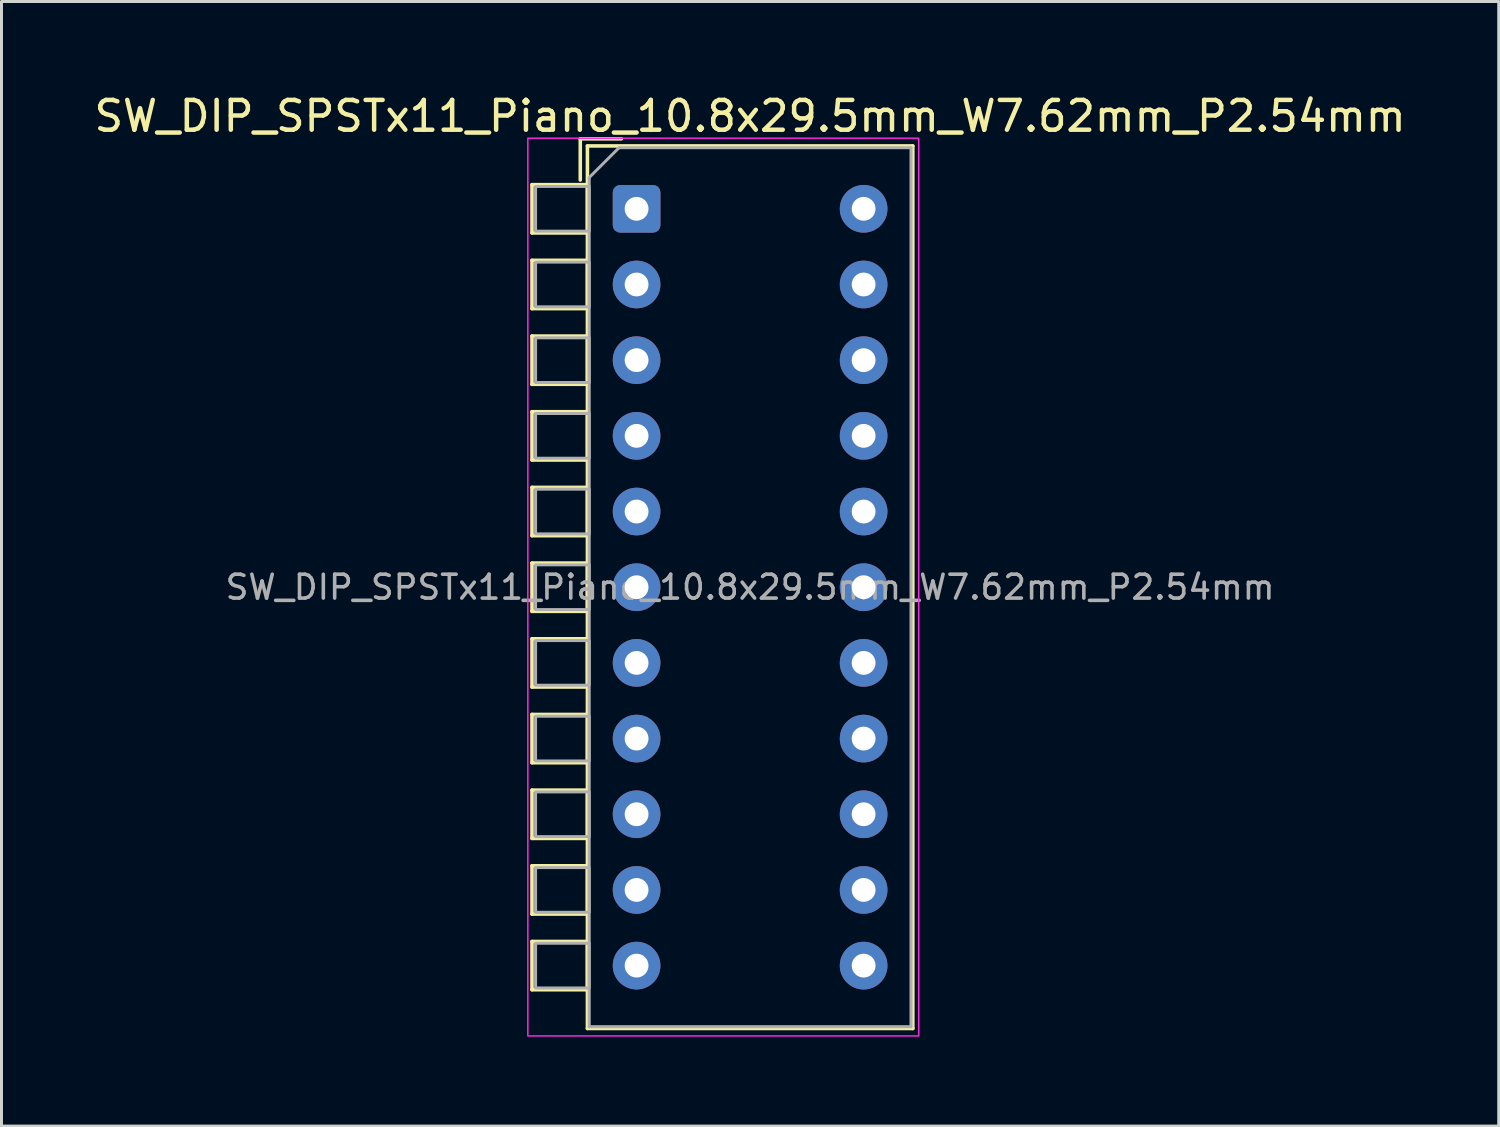
<source format=kicad_pcb>
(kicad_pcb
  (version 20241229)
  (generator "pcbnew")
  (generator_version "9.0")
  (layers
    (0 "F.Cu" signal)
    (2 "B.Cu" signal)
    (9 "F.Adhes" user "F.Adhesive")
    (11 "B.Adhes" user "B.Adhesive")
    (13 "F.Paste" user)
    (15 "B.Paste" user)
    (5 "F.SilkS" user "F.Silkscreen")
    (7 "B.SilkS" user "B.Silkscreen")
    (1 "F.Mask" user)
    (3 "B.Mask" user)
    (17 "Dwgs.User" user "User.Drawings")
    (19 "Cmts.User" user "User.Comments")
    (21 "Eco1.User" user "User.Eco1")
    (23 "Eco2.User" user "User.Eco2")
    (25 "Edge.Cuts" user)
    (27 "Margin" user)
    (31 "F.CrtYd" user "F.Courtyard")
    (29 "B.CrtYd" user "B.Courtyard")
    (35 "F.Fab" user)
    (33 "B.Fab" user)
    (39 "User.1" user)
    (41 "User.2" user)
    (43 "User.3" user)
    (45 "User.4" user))
  (footprint "SW_DIP_SPSTx11_Piano_10.8x29.5mm_W7.62mm_P2.54mm"
    (layer "F.Cu")
    (at 18.315 3.958)
    (property "Reference" "SW_DIP_SPSTx11_Piano_10.8x29.5mm_W7.62mm_P2.54mm" (at 3.81 -3.11 0) (layer "F.SilkS") (effects (font (size 1 1) (thickness 0.15))))
    (attr through_hole)
    (fp_line (start -3.51 -0.81) (end -3.51 0.81) (stroke (width 0.12) (type solid)) (layer "F.SilkS"))
    (fp_line (start -3.51 -0.81) (end -1.65 -0.81) (stroke (width 0.12) (type solid)) (layer "F.SilkS"))
    (fp_line (start -3.51 0.81) (end -1.65 0.81) (stroke (width 0.12) (type solid)) (layer "F.SilkS"))
    (fp_line (start -3.51 1.73) (end -3.51 3.35) (stroke (width 0.12) (type solid)) (layer "F.SilkS"))
    (fp_line (start -3.51 1.73) (end -1.65 1.73) (stroke (width 0.12) (type solid)) (layer "F.SilkS"))
    (fp_line (start -3.51 3.35) (end -1.65 3.35) (stroke (width 0.12) (type solid)) (layer "F.SilkS"))
    (fp_line (start -3.51 4.27) (end -3.51 5.89) (stroke (width 0.12) (type solid)) (layer "F.SilkS"))
    (fp_line (start -3.51 4.27) (end -1.65 4.27) (stroke (width 0.12) (type solid)) (layer "F.SilkS"))
    (fp_line (start -3.51 5.89) (end -1.65 5.89) (stroke (width 0.12) (type solid)) (layer "F.SilkS"))
    (fp_line (start -3.51 6.81) (end -3.51 8.43) (stroke (width 0.12) (type solid)) (layer "F.SilkS"))
    (fp_line (start -3.51 6.81) (end -1.65 6.81) (stroke (width 0.12) (type solid)) (layer "F.SilkS"))
    (fp_line (start -3.51 8.43) (end -1.65 8.43) (stroke (width 0.12) (type solid)) (layer "F.SilkS"))
    (fp_line (start -3.51 9.35) (end -3.51 10.97) (stroke (width 0.12) (type solid)) (layer "F.SilkS"))
    (fp_line (start -3.51 9.35) (end -1.65 9.35) (stroke (width 0.12) (type solid)) (layer "F.SilkS"))
    (fp_line (start -3.51 10.97) (end -1.65 10.97) (stroke (width 0.12) (type solid)) (layer "F.SilkS"))
    (fp_line (start -3.51 11.89) (end -3.51 13.51) (stroke (width 0.12) (type solid)) (layer "F.SilkS"))
    (fp_line (start -3.51 11.89) (end -1.65 11.89) (stroke (width 0.12) (type solid)) (layer "F.SilkS"))
    (fp_line (start -3.51 13.51) (end -1.65 13.51) (stroke (width 0.12) (type solid)) (layer "F.SilkS"))
    (fp_line (start -3.51 14.43) (end -3.51 16.05) (stroke (width 0.12) (type solid)) (layer "F.SilkS"))
    (fp_line (start -3.51 14.43) (end -1.65 14.43) (stroke (width 0.12) (type solid)) (layer "F.SilkS"))
    (fp_line (start -3.51 16.05) (end -1.65 16.05) (stroke (width 0.12) (type solid)) (layer "F.SilkS"))
    (fp_line (start -3.51 16.97) (end -3.51 18.59) (stroke (width 0.12) (type solid)) (layer "F.SilkS"))
    (fp_line (start -3.51 16.97) (end -1.65 16.97) (stroke (width 0.12) (type solid)) (layer "F.SilkS"))
    (fp_line (start -3.51 18.59) (end -1.65 18.59) (stroke (width 0.12) (type solid)) (layer "F.SilkS"))
    (fp_line (start -3.51 19.51) (end -3.51 21.13) (stroke (width 0.12) (type solid)) (layer "F.SilkS"))
    (fp_line (start -3.51 19.51) (end -1.65 19.51) (stroke (width 0.12) (type solid)) (layer "F.SilkS"))
    (fp_line (start -3.51 21.13) (end -1.65 21.13) (stroke (width 0.12) (type solid)) (layer "F.SilkS"))
    (fp_line (start -3.51 22.05) (end -3.51 23.67) (stroke (width 0.12) (type solid)) (layer "F.SilkS"))
    (fp_line (start -3.51 22.05) (end -1.65 22.05) (stroke (width 0.12) (type solid)) (layer "F.SilkS"))
    (fp_line (start -3.51 23.67) (end -1.65 23.67) (stroke (width 0.12) (type solid)) (layer "F.SilkS"))
    (fp_line (start -3.51 24.59) (end -3.51 26.21) (stroke (width 0.12) (type solid)) (layer "F.SilkS"))
    (fp_line (start -3.51 24.59) (end -1.65 24.59) (stroke (width 0.12) (type solid)) (layer "F.SilkS"))
    (fp_line (start -3.51 26.21) (end -1.65 26.21) (stroke (width 0.12) (type solid)) (layer "F.SilkS"))
    (fp_line (start -1.89 -2.35) (end -1.89 -0.967) (stroke (width 0.12) (type solid)) (layer "F.SilkS"))
    (fp_line (start -1.89 -2.35) (end -0.507 -2.35) (stroke (width 0.12) (type solid)) (layer "F.SilkS"))
    (fp_line (start -1.65 -2.11) (end -1.65 27.51) (stroke (width 0.12) (type solid)) (layer "F.SilkS"))
    (fp_line (start -1.65 -2.11) (end 9.27 -2.11) (stroke (width 0.12) (type solid)) (layer "F.SilkS"))
    (fp_line (start -1.65 -0.81) (end -1.65 0.81) (stroke (width 0.12) (type solid)) (layer "F.SilkS"))
    (fp_line (start -1.65 1.73) (end -1.65 3.35) (stroke (width 0.12) (type solid)) (layer "F.SilkS"))
    (fp_line (start -1.65 4.27) (end -1.65 5.89) (stroke (width 0.12) (type solid)) (layer "F.SilkS"))
    (fp_line (start -1.65 6.81) (end -1.65 8.43) (stroke (width 0.12) (type solid)) (layer "F.SilkS"))
    (fp_line (start -1.65 9.35) (end -1.65 10.97) (stroke (width 0.12) (type solid)) (layer "F.SilkS"))
    (fp_line (start -1.65 11.89) (end -1.65 13.51) (stroke (width 0.12) (type solid)) (layer "F.SilkS"))
    (fp_line (start -1.65 14.43) (end -1.65 16.05) (stroke (width 0.12) (type solid)) (layer "F.SilkS"))
    (fp_line (start -1.65 16.97) (end -1.65 18.59) (stroke (width 0.12) (type solid)) (layer "F.SilkS"))
    (fp_line (start -1.65 19.51) (end -1.65 21.13) (stroke (width 0.12) (type solid)) (layer "F.SilkS"))
    (fp_line (start -1.65 22.05) (end -1.65 23.67) (stroke (width 0.12) (type solid)) (layer "F.SilkS"))
    (fp_line (start -1.65 24.59) (end -1.65 26.21) (stroke (width 0.12) (type solid)) (layer "F.SilkS"))
    (fp_line (start -1.65 27.51) (end 9.27 27.51) (stroke (width 0.12) (type solid)) (layer "F.SilkS"))
    (fp_line (start 9.27 -2.11) (end 9.27 27.51) (stroke (width 0.12) (type solid)) (layer "F.SilkS"))
    (fp_rect (start -3.65 -2.37) (end 9.47 27.76) (stroke (width 0.05) (type solid)) (fill no) (layer "F.CrtYd"))
    (fp_line (start -1.59 -1.05) (end -0.59 -2.05) (stroke (width 0.1) (type solid)) (layer "F.Fab"))
    (fp_line (start -1.59 27.45) (end -1.59 -1.05) (stroke (width 0.1) (type solid)) (layer "F.Fab"))
    (fp_line (start -0.59 -2.05) (end 9.21 -2.05) (stroke (width 0.1) (type solid)) (layer "F.Fab"))
    (fp_line (start 9.21 -2.05) (end 9.21 27.45) (stroke (width 0.1) (type solid)) (layer "F.Fab"))
    (fp_line (start 9.21 27.45) (end -1.59 27.45) (stroke (width 0.1) (type solid)) (layer "F.Fab"))
    (fp_rect (start -1.59 -0.75) (end -3.39 0.75) (stroke (width 0.1) (type solid)) (fill no) (layer "F.Fab"))
    (fp_rect (start -1.59 1.79) (end -3.39 3.29) (stroke (width 0.1) (type solid)) (fill no) (layer "F.Fab"))
    (fp_rect (start -1.59 4.33) (end -3.39 5.83) (stroke (width 0.1) (type solid)) (fill no) (layer "F.Fab"))
    (fp_rect (start -1.59 6.87) (end -3.39 8.37) (stroke (width 0.1) (type solid)) (fill no) (layer "F.Fab"))
    (fp_rect (start -1.59 9.41) (end -3.39 10.91) (stroke (width 0.1) (type solid)) (fill no) (layer "F.Fab"))
    (fp_rect (start -1.59 11.95) (end -3.39 13.45) (stroke (width 0.1) (type solid)) (fill no) (layer "F.Fab"))
    (fp_rect (start -1.59 14.49) (end -3.39 15.99) (stroke (width 0.1) (type solid)) (fill no) (layer "F.Fab"))
    (fp_rect (start -1.59 17.03) (end -3.39 18.53) (stroke (width 0.1) (type solid)) (fill no) (layer "F.Fab"))
    (fp_rect (start -1.59 19.57) (end -3.39 21.07) (stroke (width 0.1) (type solid)) (fill no) (layer "F.Fab"))
    (fp_rect (start -1.59 22.11) (end -3.39 23.61) (stroke (width 0.1) (type solid)) (fill no) (layer "F.Fab"))
    (fp_rect (start -1.59 24.65) (end -3.39 26.15) (stroke (width 0.1) (type solid)) (fill no) (layer "F.Fab"))
    (fp_text user "${REFERENCE}" (at 3.81 12.7 0) (layer "F.Fab") (effects (font (size 0.8 0.8) (thickness 0.12))))
    (pad "1" thru_hole roundrect (at 0 0) (size 1.6 1.6) (drill 0.8) (layers "*.Cu" "*.Mask") (roundrect_rratio 0.156))
    (pad "2" thru_hole circle (at 0 2.54) (size 1.6 1.6) (drill 0.8) (layers "*.Cu" "*.Mask"))
    (pad "3" thru_hole circle (at 0 5.08) (size 1.6 1.6) (drill 0.8) (layers "*.Cu" "*.Mask"))
    (pad "4" thru_hole circle (at 0 7.62) (size 1.6 1.6) (drill 0.8) (layers "*.Cu" "*.Mask"))
    (pad "5" thru_hole circle (at 0 10.16) (size 1.6 1.6) (drill 0.8) (layers "*.Cu" "*.Mask"))
    (pad "6" thru_hole circle (at 0 12.7) (size 1.6 1.6) (drill 0.8) (layers "*.Cu" "*.Mask"))
    (pad "7" thru_hole circle (at 0 15.24) (size 1.6 1.6) (drill 0.8) (layers "*.Cu" "*.Mask"))
    (pad "8" thru_hole circle (at 0 17.78) (size 1.6 1.6) (drill 0.8) (layers "*.Cu" "*.Mask"))
    (pad "9" thru_hole circle (at 0 20.32) (size 1.6 1.6) (drill 0.8) (layers "*.Cu" "*.Mask"))
    (pad "10" thru_hole circle (at 0 22.86) (size 1.6 1.6) (drill 0.8) (layers "*.Cu" "*.Mask"))
    (pad "11" thru_hole circle (at 0 25.4) (size 1.6 1.6) (drill 0.8) (layers "*.Cu" "*.Mask"))
    (pad "12" thru_hole circle (at 7.62 25.4) (size 1.6 1.6) (drill 0.8) (layers "*.Cu" "*.Mask"))
    (pad "13" thru_hole circle (at 7.62 22.86) (size 1.6 1.6) (drill 0.8) (layers "*.Cu" "*.Mask"))
    (pad "14" thru_hole circle (at 7.62 20.32) (size 1.6 1.6) (drill 0.8) (layers "*.Cu" "*.Mask"))
    (pad "15" thru_hole circle (at 7.62 17.78) (size 1.6 1.6) (drill 0.8) (layers "*.Cu" "*.Mask"))
    (pad "16" thru_hole circle (at 7.62 15.24) (size 1.6 1.6) (drill 0.8) (layers "*.Cu" "*.Mask"))
    (pad "17" thru_hole circle (at 7.62 12.7) (size 1.6 1.6) (drill 0.8) (layers "*.Cu" "*.Mask"))
    (pad "18" thru_hole circle (at 7.62 10.16) (size 1.6 1.6) (drill 0.8) (layers "*.Cu" "*.Mask"))
    (pad "19" thru_hole circle (at 7.62 7.62) (size 1.6 1.6) (drill 0.8) (layers "*.Cu" "*.Mask"))
    (pad "20" thru_hole circle (at 7.62 5.08) (size 1.6 1.6) (drill 0.8) (layers "*.Cu" "*.Mask"))
    (pad "21" thru_hole circle (at 7.62 2.54) (size 1.6 1.6) (drill 0.8) (layers "*.Cu" "*.Mask"))
    (pad "22" thru_hole circle (at 7.62 0) (size 1.6 1.6) (drill 0.8) (layers "*.Cu" "*.Mask")))
  (gr_rect
    (start -3 -3)
    (end 47.25 34.743)
    (stroke (width 0.1) (type default))
    (fill no)
    (layer "Edge.Cuts")))
</source>
